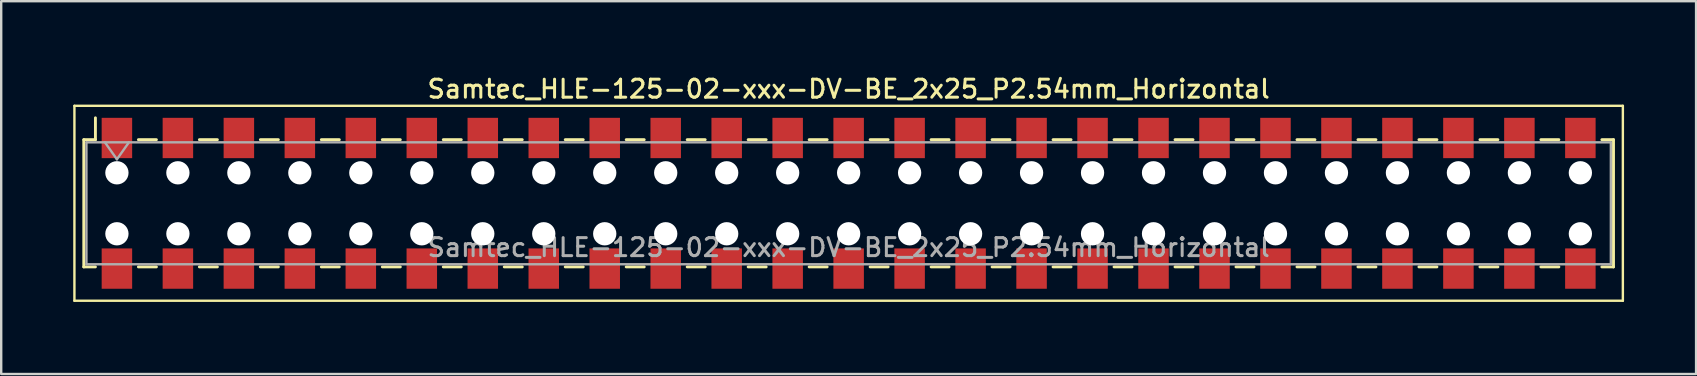
<source format=kicad_pcb>
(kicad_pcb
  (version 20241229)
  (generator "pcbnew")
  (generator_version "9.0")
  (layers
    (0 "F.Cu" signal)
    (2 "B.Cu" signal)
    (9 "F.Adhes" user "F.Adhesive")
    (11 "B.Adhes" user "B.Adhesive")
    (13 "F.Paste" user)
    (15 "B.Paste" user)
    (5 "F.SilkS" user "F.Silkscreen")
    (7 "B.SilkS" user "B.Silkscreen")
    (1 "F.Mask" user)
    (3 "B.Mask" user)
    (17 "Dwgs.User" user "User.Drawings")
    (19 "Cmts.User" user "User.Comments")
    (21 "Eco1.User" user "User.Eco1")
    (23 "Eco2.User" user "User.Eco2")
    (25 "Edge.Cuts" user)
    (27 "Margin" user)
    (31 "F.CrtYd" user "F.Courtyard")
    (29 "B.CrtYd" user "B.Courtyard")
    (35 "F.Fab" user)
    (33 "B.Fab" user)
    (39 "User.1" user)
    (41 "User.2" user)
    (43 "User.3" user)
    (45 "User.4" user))
  (footprint "Samtec_HLE-125-02-xxx-DV-BE_2x25_P2.54mm_Horizontal"
    (layer "F.Cu")
    (at 32.3 5.418)
    (property "Reference" "Samtec_HLE-125-02-xxx-DV-BE_2x25_P2.54mm_Horizontal" (at 0 -4.76 0) (layer "F.SilkS") (effects (font (size 0.75 0.75) (thickness 0.125))))
    (attr smd)
    (fp_line (start -32.25 -4.06) (end 32.25 -4.06) (stroke (width 0.1) (type solid)) (layer "F.SilkS"))
    (fp_line (start -32.25 4.06) (end -32.25 -4.06) (stroke (width 0.1) (type solid)) (layer "F.SilkS"))
    (fp_line (start -31.86 -2.65) (end -31.86 2.65) (stroke (width 0.12) (type solid)) (layer "F.SilkS"))
    (fp_line (start -31.86 2.65) (end -31.375 2.65) (stroke (width 0.12) (type solid)) (layer "F.SilkS"))
    (fp_line (start -31.375 -3.56) (end -31.375 -2.65) (stroke (width 0.12) (type solid)) (layer "F.SilkS"))
    (fp_line (start -31.375 -2.65) (end -31.86 -2.65) (stroke (width 0.12) (type solid)) (layer "F.SilkS"))
    (fp_line (start -29.585 -2.65) (end -28.835 -2.65) (stroke (width 0.12) (type solid)) (layer "F.SilkS"))
    (fp_line (start -29.585 2.65) (end -28.835 2.65) (stroke (width 0.12) (type solid)) (layer "F.SilkS"))
    (fp_line (start -27.045 -2.65) (end -26.295 -2.65) (stroke (width 0.12) (type solid)) (layer "F.SilkS"))
    (fp_line (start -27.045 2.65) (end -26.295 2.65) (stroke (width 0.12) (type solid)) (layer "F.SilkS"))
    (fp_line (start -24.505 -2.65) (end -23.755 -2.65) (stroke (width 0.12) (type solid)) (layer "F.SilkS"))
    (fp_line (start -24.505 2.65) (end -23.755 2.65) (stroke (width 0.12) (type solid)) (layer "F.SilkS"))
    (fp_line (start -21.965 -2.65) (end -21.215 -2.65) (stroke (width 0.12) (type solid)) (layer "F.SilkS"))
    (fp_line (start -21.965 2.65) (end -21.215 2.65) (stroke (width 0.12) (type solid)) (layer "F.SilkS"))
    (fp_line (start -19.425 -2.65) (end -18.675 -2.65) (stroke (width 0.12) (type solid)) (layer "F.SilkS"))
    (fp_line (start -19.425 2.65) (end -18.675 2.65) (stroke (width 0.12) (type solid)) (layer "F.SilkS"))
    (fp_line (start -16.885 -2.65) (end -16.135 -2.65) (stroke (width 0.12) (type solid)) (layer "F.SilkS"))
    (fp_line (start -16.885 2.65) (end -16.135 2.65) (stroke (width 0.12) (type solid)) (layer "F.SilkS"))
    (fp_line (start -14.345 -2.65) (end -13.595 -2.65) (stroke (width 0.12) (type solid)) (layer "F.SilkS"))
    (fp_line (start -14.345 2.65) (end -13.595 2.65) (stroke (width 0.12) (type solid)) (layer "F.SilkS"))
    (fp_line (start -11.805 -2.65) (end -11.055 -2.65) (stroke (width 0.12) (type solid)) (layer "F.SilkS"))
    (fp_line (start -11.805 2.65) (end -11.055 2.65) (stroke (width 0.12) (type solid)) (layer "F.SilkS"))
    (fp_line (start -9.265 -2.65) (end -8.515 -2.65) (stroke (width 0.12) (type solid)) (layer "F.SilkS"))
    (fp_line (start -9.265 2.65) (end -8.515 2.65) (stroke (width 0.12) (type solid)) (layer "F.SilkS"))
    (fp_line (start -6.725 -2.65) (end -5.975 -2.65) (stroke (width 0.12) (type solid)) (layer "F.SilkS"))
    (fp_line (start -6.725 2.65) (end -5.975 2.65) (stroke (width 0.12) (type solid)) (layer "F.SilkS"))
    (fp_line (start -4.185 -2.65) (end -3.435 -2.65) (stroke (width 0.12) (type solid)) (layer "F.SilkS"))
    (fp_line (start -4.185 2.65) (end -3.435 2.65) (stroke (width 0.12) (type solid)) (layer "F.SilkS"))
    (fp_line (start -1.645 -2.65) (end -0.895 -2.65) (stroke (width 0.12) (type solid)) (layer "F.SilkS"))
    (fp_line (start -1.645 2.65) (end -0.895 2.65) (stroke (width 0.12) (type solid)) (layer "F.SilkS"))
    (fp_line (start 0.895 -2.65) (end 1.645 -2.65) (stroke (width 0.12) (type solid)) (layer "F.SilkS"))
    (fp_line (start 0.895 2.65) (end 1.645 2.65) (stroke (width 0.12) (type solid)) (layer "F.SilkS"))
    (fp_line (start 3.435 -2.65) (end 4.185 -2.65) (stroke (width 0.12) (type solid)) (layer "F.SilkS"))
    (fp_line (start 3.435 2.65) (end 4.185 2.65) (stroke (width 0.12) (type solid)) (layer "F.SilkS"))
    (fp_line (start 5.975 -2.65) (end 6.725 -2.65) (stroke (width 0.12) (type solid)) (layer "F.SilkS"))
    (fp_line (start 5.975 2.65) (end 6.725 2.65) (stroke (width 0.12) (type solid)) (layer "F.SilkS"))
    (fp_line (start 8.515 -2.65) (end 9.265 -2.65) (stroke (width 0.12) (type solid)) (layer "F.SilkS"))
    (fp_line (start 8.515 2.65) (end 9.265 2.65) (stroke (width 0.12) (type solid)) (layer "F.SilkS"))
    (fp_line (start 11.055 -2.65) (end 11.805 -2.65) (stroke (width 0.12) (type solid)) (layer "F.SilkS"))
    (fp_line (start 11.055 2.65) (end 11.805 2.65) (stroke (width 0.12) (type solid)) (layer "F.SilkS"))
    (fp_line (start 13.595 -2.65) (end 14.345 -2.65) (stroke (width 0.12) (type solid)) (layer "F.SilkS"))
    (fp_line (start 13.595 2.65) (end 14.345 2.65) (stroke (width 0.12) (type solid)) (layer "F.SilkS"))
    (fp_line (start 16.135 -2.65) (end 16.885 -2.65) (stroke (width 0.12) (type solid)) (layer "F.SilkS"))
    (fp_line (start 16.135 2.65) (end 16.885 2.65) (stroke (width 0.12) (type solid)) (layer "F.SilkS"))
    (fp_line (start 18.675 -2.65) (end 19.425 -2.65) (stroke (width 0.12) (type solid)) (layer "F.SilkS"))
    (fp_line (start 18.675 2.65) (end 19.425 2.65) (stroke (width 0.12) (type solid)) (layer "F.SilkS"))
    (fp_line (start 21.215 -2.65) (end 21.965 -2.65) (stroke (width 0.12) (type solid)) (layer "F.SilkS"))
    (fp_line (start 21.215 2.65) (end 21.965 2.65) (stroke (width 0.12) (type solid)) (layer "F.SilkS"))
    (fp_line (start 23.755 -2.65) (end 24.505 -2.65) (stroke (width 0.12) (type solid)) (layer "F.SilkS"))
    (fp_line (start 23.755 2.65) (end 24.505 2.65) (stroke (width 0.12) (type solid)) (layer "F.SilkS"))
    (fp_line (start 26.295 -2.65) (end 27.045 -2.65) (stroke (width 0.12) (type solid)) (layer "F.SilkS"))
    (fp_line (start 26.295 2.65) (end 27.045 2.65) (stroke (width 0.12) (type solid)) (layer "F.SilkS"))
    (fp_line (start 28.835 -2.65) (end 29.585 -2.65) (stroke (width 0.12) (type solid)) (layer "F.SilkS"))
    (fp_line (start 28.835 2.65) (end 29.585 2.65) (stroke (width 0.12) (type solid)) (layer "F.SilkS"))
    (fp_line (start 31.375 -2.65) (end 31.86 -2.65) (stroke (width 0.12) (type solid)) (layer "F.SilkS"))
    (fp_line (start 31.86 -2.65) (end 31.86 2.65) (stroke (width 0.12) (type solid)) (layer "F.SilkS"))
    (fp_line (start 31.86 2.65) (end 31.375 2.65) (stroke (width 0.12) (type solid)) (layer "F.SilkS"))
    (fp_line (start 32.25 -4.06) (end 32.25 4.06) (stroke (width 0.1) (type solid)) (layer "F.SilkS"))
    (fp_line (start 32.25 4.06) (end -32.25 4.06) (stroke (width 0.1) (type solid)) (layer "F.SilkS"))
    (fp_line (start -31.75 -2.54) (end 31.75 -2.54) (stroke (width 0.1) (type solid)) (layer "F.Fab"))
    (fp_line (start -31.75 2.54) (end -31.75 -2.54) (stroke (width 0.1) (type solid)) (layer "F.Fab"))
    (fp_line (start -30.98 -2.54) (end -30.48 -1.833) (stroke (width 0.1) (type solid)) (layer "F.Fab"))
    (fp_line (start -30.48 -1.833) (end -29.98 -2.54) (stroke (width 0.1) (type solid)) (layer "F.Fab"))
    (fp_line (start 31.75 -2.54) (end 31.75 2.54) (stroke (width 0.1) (type solid)) (layer "F.Fab"))
    (fp_line (start 31.75 2.54) (end -31.75 2.54) (stroke (width 0.1) (type solid)) (layer "F.Fab"))
    (fp_text user "${REFERENCE}" (at 0 1.84 0) (layer "F.Fab") (effects (font (size 0.75 0.75) (thickness 0.125))))
    (pad "" np_thru_hole circle (at -30.48 -1.27) (size 0.97 0.97) (drill 0.97) (layers "*.Cu" "*.Mask"))
    (pad "" np_thru_hole circle (at -30.48 1.27) (size 0.97 0.97) (drill 0.97) (layers "*.Cu" "*.Mask"))
    (pad "" np_thru_hole circle (at -27.94 -1.27) (size 0.97 0.97) (drill 0.97) (layers "*.Cu" "*.Mask"))
    (pad "" np_thru_hole circle (at -27.94 1.27) (size 0.97 0.97) (drill 0.97) (layers "*.Cu" "*.Mask"))
    (pad "" np_thru_hole circle (at -25.4 -1.27) (size 0.97 0.97) (drill 0.97) (layers "*.Cu" "*.Mask"))
    (pad "" np_thru_hole circle (at -25.4 1.27) (size 0.97 0.97) (drill 0.97) (layers "*.Cu" "*.Mask"))
    (pad "" np_thru_hole circle (at -22.86 -1.27) (size 0.97 0.97) (drill 0.97) (layers "*.Cu" "*.Mask"))
    (pad "" np_thru_hole circle (at -22.86 1.27) (size 0.97 0.97) (drill 0.97) (layers "*.Cu" "*.Mask"))
    (pad "" np_thru_hole circle (at -20.32 -1.27) (size 0.97 0.97) (drill 0.97) (layers "*.Cu" "*.Mask"))
    (pad "" np_thru_hole circle (at -20.32 1.27) (size 0.97 0.97) (drill 0.97) (layers "*.Cu" "*.Mask"))
    (pad "" np_thru_hole circle (at -17.78 -1.27) (size 0.97 0.97) (drill 0.97) (layers "*.Cu" "*.Mask"))
    (pad "" np_thru_hole circle (at -17.78 1.27) (size 0.97 0.97) (drill 0.97) (layers "*.Cu" "*.Mask"))
    (pad "" np_thru_hole circle (at -15.24 -1.27) (size 0.97 0.97) (drill 0.97) (layers "*.Cu" "*.Mask"))
    (pad "" np_thru_hole circle (at -15.24 1.27) (size 0.97 0.97) (drill 0.97) (layers "*.Cu" "*.Mask"))
    (pad "" np_thru_hole circle (at -12.7 -1.27) (size 0.97 0.97) (drill 0.97) (layers "*.Cu" "*.Mask"))
    (pad "" np_thru_hole circle (at -12.7 1.27) (size 0.97 0.97) (drill 0.97) (layers "*.Cu" "*.Mask"))
    (pad "" np_thru_hole circle (at -10.16 -1.27) (size 0.97 0.97) (drill 0.97) (layers "*.Cu" "*.Mask"))
    (pad "" np_thru_hole circle (at -10.16 1.27) (size 0.97 0.97) (drill 0.97) (layers "*.Cu" "*.Mask"))
    (pad "" np_thru_hole circle (at -7.62 -1.27) (size 0.97 0.97) (drill 0.97) (layers "*.Cu" "*.Mask"))
    (pad "" np_thru_hole circle (at -7.62 1.27) (size 0.97 0.97) (drill 0.97) (layers "*.Cu" "*.Mask"))
    (pad "" np_thru_hole circle (at -5.08 -1.27) (size 0.97 0.97) (drill 0.97) (layers "*.Cu" "*.Mask"))
    (pad "" np_thru_hole circle (at -5.08 1.27) (size 0.97 0.97) (drill 0.97) (layers "*.Cu" "*.Mask"))
    (pad "" np_thru_hole circle (at -2.54 -1.27) (size 0.97 0.97) (drill 0.97) (layers "*.Cu" "*.Mask"))
    (pad "" np_thru_hole circle (at -2.54 1.27) (size 0.97 0.97) (drill 0.97) (layers "*.Cu" "*.Mask"))
    (pad "" np_thru_hole circle (at 0 -1.27) (size 0.97 0.97) (drill 0.97) (layers "*.Cu" "*.Mask"))
    (pad "" np_thru_hole circle (at 0 1.27) (size 0.97 0.97) (drill 0.97) (layers "*.Cu" "*.Mask"))
    (pad "" np_thru_hole circle (at 2.54 -1.27) (size 0.97 0.97) (drill 0.97) (layers "*.Cu" "*.Mask"))
    (pad "" np_thru_hole circle (at 2.54 1.27) (size 0.97 0.97) (drill 0.97) (layers "*.Cu" "*.Mask"))
    (pad "" np_thru_hole circle (at 5.08 -1.27) (size 0.97 0.97) (drill 0.97) (layers "*.Cu" "*.Mask"))
    (pad "" np_thru_hole circle (at 5.08 1.27) (size 0.97 0.97) (drill 0.97) (layers "*.Cu" "*.Mask"))
    (pad "" np_thru_hole circle (at 7.62 -1.27) (size 0.97 0.97) (drill 0.97) (layers "*.Cu" "*.Mask"))
    (pad "" np_thru_hole circle (at 7.62 1.27) (size 0.97 0.97) (drill 0.97) (layers "*.Cu" "*.Mask"))
    (pad "" np_thru_hole circle (at 10.16 -1.27) (size 0.97 0.97) (drill 0.97) (layers "*.Cu" "*.Mask"))
    (pad "" np_thru_hole circle (at 10.16 1.27) (size 0.97 0.97) (drill 0.97) (layers "*.Cu" "*.Mask"))
    (pad "" np_thru_hole circle (at 12.7 -1.27) (size 0.97 0.97) (drill 0.97) (layers "*.Cu" "*.Mask"))
    (pad "" np_thru_hole circle (at 12.7 1.27) (size 0.97 0.97) (drill 0.97) (layers "*.Cu" "*.Mask"))
    (pad "" np_thru_hole circle (at 15.24 -1.27) (size 0.97 0.97) (drill 0.97) (layers "*.Cu" "*.Mask"))
    (pad "" np_thru_hole circle (at 15.24 1.27) (size 0.97 0.97) (drill 0.97) (layers "*.Cu" "*.Mask"))
    (pad "" np_thru_hole circle (at 17.78 -1.27) (size 0.97 0.97) (drill 0.97) (layers "*.Cu" "*.Mask"))
    (pad "" np_thru_hole circle (at 17.78 1.27) (size 0.97 0.97) (drill 0.97) (layers "*.Cu" "*.Mask"))
    (pad "" np_thru_hole circle (at 20.32 -1.27) (size 0.97 0.97) (drill 0.97) (layers "*.Cu" "*.Mask"))
    (pad "" np_thru_hole circle (at 20.32 1.27) (size 0.97 0.97) (drill 0.97) (layers "*.Cu" "*.Mask"))
    (pad "" np_thru_hole circle (at 22.86 -1.27) (size 0.97 0.97) (drill 0.97) (layers "*.Cu" "*.Mask"))
    (pad "" np_thru_hole circle (at 22.86 1.27) (size 0.97 0.97) (drill 0.97) (layers "*.Cu" "*.Mask"))
    (pad "" np_thru_hole circle (at 25.4 -1.27) (size 0.97 0.97) (drill 0.97) (layers "*.Cu" "*.Mask"))
    (pad "" np_thru_hole circle (at 25.4 1.27) (size 0.97 0.97) (drill 0.97) (layers "*.Cu" "*.Mask"))
    (pad "" np_thru_hole circle (at 27.94 -1.27) (size 0.97 0.97) (drill 0.97) (layers "*.Cu" "*.Mask"))
    (pad "" np_thru_hole circle (at 27.94 1.27) (size 0.97 0.97) (drill 0.97) (layers "*.Cu" "*.Mask"))
    (pad "" np_thru_hole circle (at 30.48 -1.27) (size 0.97 0.97) (drill 0.97) (layers "*.Cu" "*.Mask"))
    (pad "" np_thru_hole circle (at 30.48 1.27) (size 0.97 0.97) (drill 0.97) (layers "*.Cu" "*.Mask"))
    (pad "1" smd rect (at -30.48 -2.72) (size 1.27 1.68) (layers "F.Cu" "F.Mask" "F.Paste"))
    (pad "2" smd rect (at -30.48 2.72) (size 1.27 1.68) (layers "F.Cu" "F.Mask" "F.Paste"))
    (pad "3" smd rect (at -27.94 -2.72) (size 1.27 1.68) (layers "F.Cu" "F.Mask" "F.Paste"))
    (pad "4" smd rect (at -27.94 2.72) (size 1.27 1.68) (layers "F.Cu" "F.Mask" "F.Paste"))
    (pad "5" smd rect (at -25.4 -2.72) (size 1.27 1.68) (layers "F.Cu" "F.Mask" "F.Paste"))
    (pad "6" smd rect (at -25.4 2.72) (size 1.27 1.68) (layers "F.Cu" "F.Mask" "F.Paste"))
    (pad "7" smd rect (at -22.86 -2.72) (size 1.27 1.68) (layers "F.Cu" "F.Mask" "F.Paste"))
    (pad "8" smd rect (at -22.86 2.72) (size 1.27 1.68) (layers "F.Cu" "F.Mask" "F.Paste"))
    (pad "9" smd rect (at -20.32 -2.72) (size 1.27 1.68) (layers "F.Cu" "F.Mask" "F.Paste"))
    (pad "10" smd rect (at -20.32 2.72) (size 1.27 1.68) (layers "F.Cu" "F.Mask" "F.Paste"))
    (pad "11" smd rect (at -17.78 -2.72) (size 1.27 1.68) (layers "F.Cu" "F.Mask" "F.Paste"))
    (pad "12" smd rect (at -17.78 2.72) (size 1.27 1.68) (layers "F.Cu" "F.Mask" "F.Paste"))
    (pad "13" smd rect (at -15.24 -2.72) (size 1.27 1.68) (layers "F.Cu" "F.Mask" "F.Paste"))
    (pad "14" smd rect (at -15.24 2.72) (size 1.27 1.68) (layers "F.Cu" "F.Mask" "F.Paste"))
    (pad "15" smd rect (at -12.7 -2.72) (size 1.27 1.68) (layers "F.Cu" "F.Mask" "F.Paste"))
    (pad "16" smd rect (at -12.7 2.72) (size 1.27 1.68) (layers "F.Cu" "F.Mask" "F.Paste"))
    (pad "17" smd rect (at -10.16 -2.72) (size 1.27 1.68) (layers "F.Cu" "F.Mask" "F.Paste"))
    (pad "18" smd rect (at -10.16 2.72) (size 1.27 1.68) (layers "F.Cu" "F.Mask" "F.Paste"))
    (pad "19" smd rect (at -7.62 -2.72) (size 1.27 1.68) (layers "F.Cu" "F.Mask" "F.Paste"))
    (pad "20" smd rect (at -7.62 2.72) (size 1.27 1.68) (layers "F.Cu" "F.Mask" "F.Paste"))
    (pad "21" smd rect (at -5.08 -2.72) (size 1.27 1.68) (layers "F.Cu" "F.Mask" "F.Paste"))
    (pad "22" smd rect (at -5.08 2.72) (size 1.27 1.68) (layers "F.Cu" "F.Mask" "F.Paste"))
    (pad "23" smd rect (at -2.54 -2.72) (size 1.27 1.68) (layers "F.Cu" "F.Mask" "F.Paste"))
    (pad "24" smd rect (at -2.54 2.72) (size 1.27 1.68) (layers "F.Cu" "F.Mask" "F.Paste"))
    (pad "25" smd rect (at 0 -2.72) (size 1.27 1.68) (layers "F.Cu" "F.Mask" "F.Paste"))
    (pad "26" smd rect (at 0 2.72) (size 1.27 1.68) (layers "F.Cu" "F.Mask" "F.Paste"))
    (pad "27" smd rect (at 2.54 -2.72) (size 1.27 1.68) (layers "F.Cu" "F.Mask" "F.Paste"))
    (pad "28" smd rect (at 2.54 2.72) (size 1.27 1.68) (layers "F.Cu" "F.Mask" "F.Paste"))
    (pad "29" smd rect (at 5.08 -2.72) (size 1.27 1.68) (layers "F.Cu" "F.Mask" "F.Paste"))
    (pad "30" smd rect (at 5.08 2.72) (size 1.27 1.68) (layers "F.Cu" "F.Mask" "F.Paste"))
    (pad "31" smd rect (at 7.62 -2.72) (size 1.27 1.68) (layers "F.Cu" "F.Mask" "F.Paste"))
    (pad "32" smd rect (at 7.62 2.72) (size 1.27 1.68) (layers "F.Cu" "F.Mask" "F.Paste"))
    (pad "33" smd rect (at 10.16 -2.72) (size 1.27 1.68) (layers "F.Cu" "F.Mask" "F.Paste"))
    (pad "34" smd rect (at 10.16 2.72) (size 1.27 1.68) (layers "F.Cu" "F.Mask" "F.Paste"))
    (pad "35" smd rect (at 12.7 -2.72) (size 1.27 1.68) (layers "F.Cu" "F.Mask" "F.Paste"))
    (pad "36" smd rect (at 12.7 2.72) (size 1.27 1.68) (layers "F.Cu" "F.Mask" "F.Paste"))
    (pad "37" smd rect (at 15.24 -2.72) (size 1.27 1.68) (layers "F.Cu" "F.Mask" "F.Paste"))
    (pad "38" smd rect (at 15.24 2.72) (size 1.27 1.68) (layers "F.Cu" "F.Mask" "F.Paste"))
    (pad "39" smd rect (at 17.78 -2.72) (size 1.27 1.68) (layers "F.Cu" "F.Mask" "F.Paste"))
    (pad "40" smd rect (at 17.78 2.72) (size 1.27 1.68) (layers "F.Cu" "F.Mask" "F.Paste"))
    (pad "41" smd rect (at 20.32 -2.72) (size 1.27 1.68) (layers "F.Cu" "F.Mask" "F.Paste"))
    (pad "42" smd rect (at 20.32 2.72) (size 1.27 1.68) (layers "F.Cu" "F.Mask" "F.Paste"))
    (pad "43" smd rect (at 22.86 -2.72) (size 1.27 1.68) (layers "F.Cu" "F.Mask" "F.Paste"))
    (pad "44" smd rect (at 22.86 2.72) (size 1.27 1.68) (layers "F.Cu" "F.Mask" "F.Paste"))
    (pad "45" smd rect (at 25.4 -2.72) (size 1.27 1.68) (layers "F.Cu" "F.Mask" "F.Paste"))
    (pad "46" smd rect (at 25.4 2.72) (size 1.27 1.68) (layers "F.Cu" "F.Mask" "F.Paste"))
    (pad "47" smd rect (at 27.94 -2.72) (size 1.27 1.68) (layers "F.Cu" "F.Mask" "F.Paste"))
    (pad "48" smd rect (at 27.94 2.72) (size 1.27 1.68) (layers "F.Cu" "F.Mask" "F.Paste"))
    (pad "49" smd rect (at 30.48 -2.72) (size 1.27 1.68) (layers "F.Cu" "F.Mask" "F.Paste"))
    (pad "50" smd rect (at 30.48 2.72) (size 1.27 1.68) (layers "F.Cu" "F.Mask" "F.Paste")))
  (gr_rect
    (start -3 -3)
    (end 67.6 12.528)
    (stroke (width 0.1) (type default))
    (fill no)
    (layer "Edge.Cuts")))
</source>
